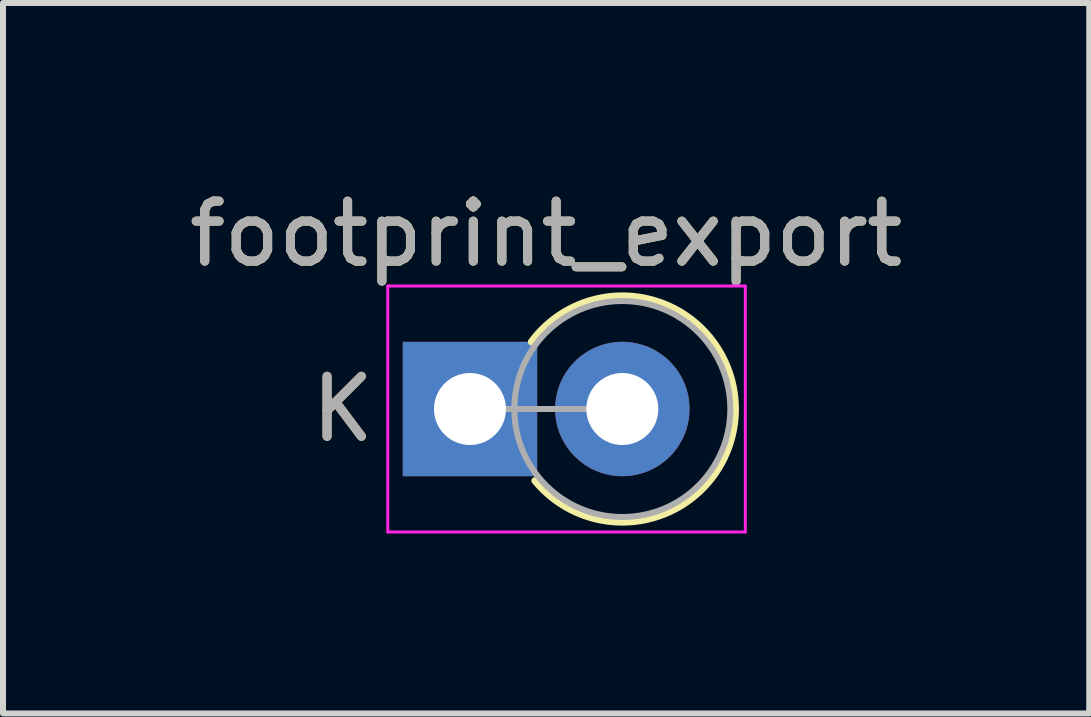
<source format=kicad_pcb>
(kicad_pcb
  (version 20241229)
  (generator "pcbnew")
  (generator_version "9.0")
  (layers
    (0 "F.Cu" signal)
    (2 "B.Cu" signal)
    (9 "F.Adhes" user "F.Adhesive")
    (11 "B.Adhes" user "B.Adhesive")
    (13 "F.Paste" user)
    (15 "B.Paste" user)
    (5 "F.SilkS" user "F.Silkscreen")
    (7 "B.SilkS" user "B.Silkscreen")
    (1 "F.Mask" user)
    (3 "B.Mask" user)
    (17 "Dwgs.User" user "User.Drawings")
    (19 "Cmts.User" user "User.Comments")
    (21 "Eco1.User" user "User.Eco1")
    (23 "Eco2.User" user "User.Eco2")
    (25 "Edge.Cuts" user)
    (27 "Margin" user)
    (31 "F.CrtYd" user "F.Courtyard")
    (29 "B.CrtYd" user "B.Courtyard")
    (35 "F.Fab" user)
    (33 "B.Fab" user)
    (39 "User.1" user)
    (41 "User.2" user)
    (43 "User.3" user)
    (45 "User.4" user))
  (footprint "footprint_export"
    (layer "F.Cu")
    (at 4.784 3.768)
    (property "Reference" "footprint_export" (at 1.27 -2.92 0) (layer "F.SilkS") (effects (font (size 1 1) (thickness 0.15))))
    (attr through_hole)
    (fp_arc (start 1.025404 -1.12) (mid 4.423124 -0.047368) (end 1.083629 1.194732) (stroke (width 0.12) (type solid)) (layer "F.SilkS"))
    (fp_line (start -1.37 -2.05) (end -1.37 2.05) (stroke (width 0.05) (type solid)) (layer "F.CrtYd"))
    (fp_line (start -1.37 2.05) (end 4.59 2.05) (stroke (width 0.05) (type solid)) (layer "F.CrtYd"))
    (fp_line (start 4.59 -2.05) (end -1.37 -2.05) (stroke (width 0.05) (type solid)) (layer "F.CrtYd"))
    (fp_line (start 4.59 2.05) (end 4.59 -2.05) (stroke (width 0.05) (type solid)) (layer "F.CrtYd"))
    (fp_line (start 0 0) (end 2.54 0) (stroke (width 0.1) (type solid)) (layer "F.Fab"))
    (fp_circle (center 2.54 0) (end 4.34 0) (stroke (width 0.1) (type solid)) (fill no) (layer "F.Fab"))
    (fp_text user "K" (at -2.12 0 0) (layer "F.SilkS") (effects (font (size 1 1) (thickness 0.15))))
    (fp_text user "${REFERENCE}" (at 1.27 -2.92 0) (layer "F.Fab") (effects (font (size 1 1) (thickness 0.15))))
    (fp_text user "K" (at -2.12 0 0) (layer "F.Fab") (effects (font (size 1 1) (thickness 0.15))))
    (pad "1" thru_hole rect (at 0 0) (size 2.24 2.24) (drill 1.2) (layers "*.Cu" "*.Mask"))
    (pad "2" thru_hole oval (at 2.54 0) (size 2.24 2.24) (drill 1.2) (layers "*.Cu" "*.Mask")))
  (gr_rect
    (start -3 -3)
    (end 15.107 8.843)
    (stroke (width 0.1) (type default))
    (fill no)
    (layer "Edge.Cuts")))
</source>
